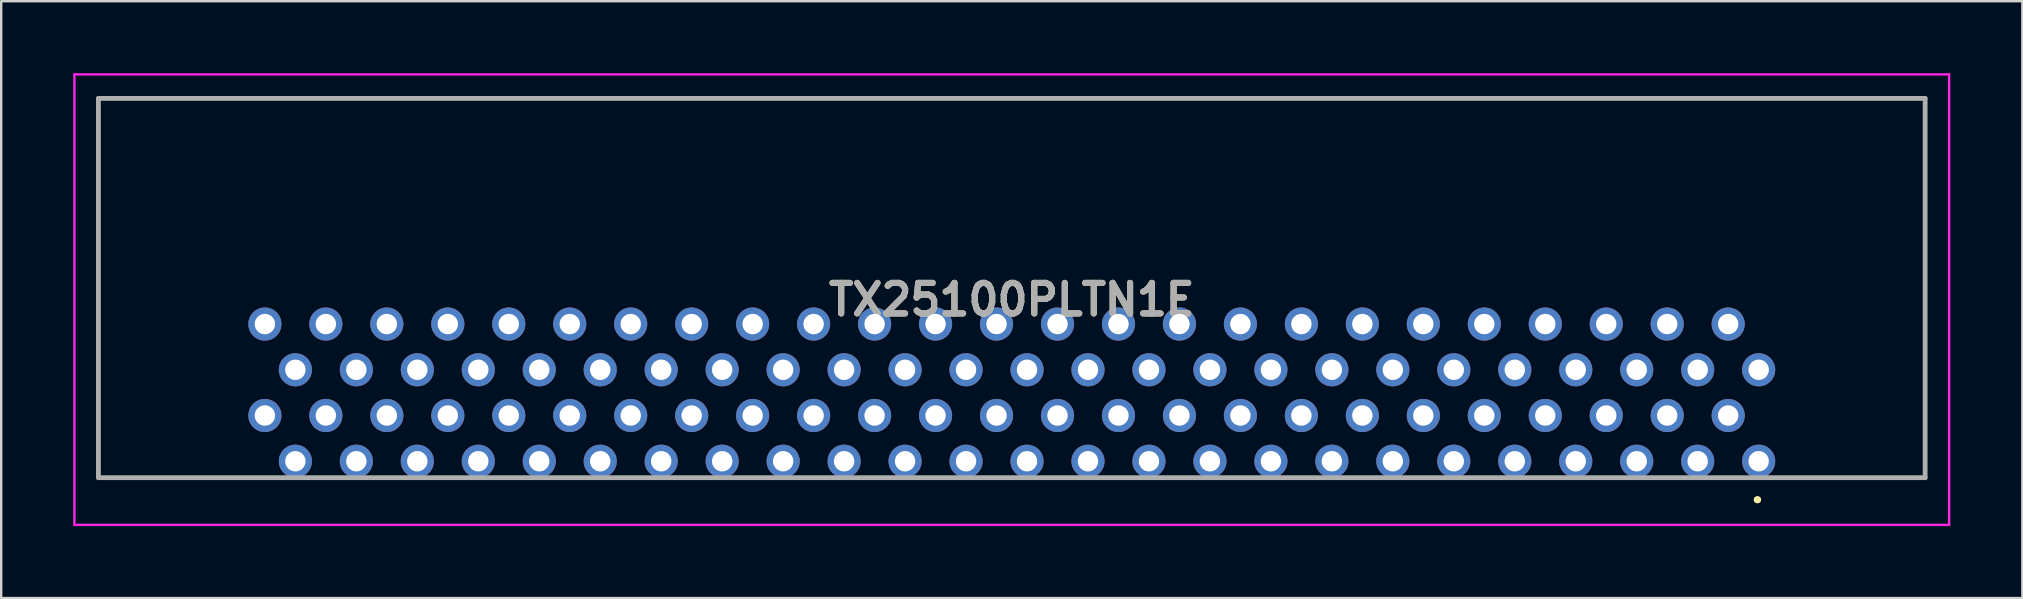
<source format=kicad_pcb>
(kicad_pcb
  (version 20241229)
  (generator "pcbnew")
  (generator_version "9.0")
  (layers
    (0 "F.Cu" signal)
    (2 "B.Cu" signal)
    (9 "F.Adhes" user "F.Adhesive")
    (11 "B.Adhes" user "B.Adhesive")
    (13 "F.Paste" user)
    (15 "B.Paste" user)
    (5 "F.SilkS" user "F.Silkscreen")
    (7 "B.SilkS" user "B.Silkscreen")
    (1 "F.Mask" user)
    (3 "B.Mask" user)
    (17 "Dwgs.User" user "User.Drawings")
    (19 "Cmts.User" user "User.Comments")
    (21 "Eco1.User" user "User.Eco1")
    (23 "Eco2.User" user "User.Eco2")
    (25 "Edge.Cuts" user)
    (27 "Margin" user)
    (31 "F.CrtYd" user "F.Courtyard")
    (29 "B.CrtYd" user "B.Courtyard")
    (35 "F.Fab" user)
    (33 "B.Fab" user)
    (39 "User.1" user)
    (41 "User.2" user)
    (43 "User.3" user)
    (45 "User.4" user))
  (footprint "TX25100PLTN1E"
    (layer "F.Cu")
    (at 70.215 16.165)
    (property "Reference" "TX25100PLTN1E" (at -31.115 -6.733 0) (layer "F.SilkS") (effects (font (size 1.27 1.27) (thickness 0.254))))
    (attr through_hole)
    (fp_line (start -69.165 -15.115) (end -69.165 -15.115) (stroke (width 0.1) (type solid)) (layer "F.SilkS"))
    (fp_line (start -69.165 -15.115) (end -69.165 -15.115) (stroke (width 0.1) (type solid)) (layer "F.SilkS"))
    (fp_line (start -69.165 -15.115) (end -69.165 0.685) (stroke (width 0.1) (type solid)) (layer "F.SilkS"))
    (fp_line (start -69.165 -15.115) (end 6.935 -15.115) (stroke (width 0.1) (type solid)) (layer "F.SilkS"))
    (fp_line (start -69.165 0.685) (end -69.165 -15.115) (stroke (width 0.1) (type solid)) (layer "F.SilkS"))
    (fp_line (start -69.165 0.685) (end -69.165 0.685) (stroke (width 0.1) (type solid)) (layer "F.SilkS"))
    (fp_line (start -69.165 0.685) (end -69.165 0.685) (stroke (width 0.1) (type solid)) (layer "F.SilkS"))
    (fp_line (start -69.165 0.685) (end -63.75 0.685) (stroke (width 0.1) (type solid)) (layer "F.SilkS"))
    (fp_line (start -63.75 0.685) (end -69.165 0.685) (stroke (width 0.1) (type solid)) (layer "F.SilkS"))
    (fp_line (start -63.75 0.685) (end -63.75 0.685) (stroke (width 0.1) (type solid)) (layer "F.SilkS"))
    (fp_line (start -0.1 1.6) (end -0.1 1.6) (stroke (width 0.2) (type solid)) (layer "F.SilkS"))
    (fp_line (start -0.1 1.6) (end -0.1 1.6) (stroke (width 0.2) (type solid)) (layer "F.SilkS"))
    (fp_line (start 0 1.6) (end 0 1.6) (stroke (width 0.2) (type solid)) (layer "F.SilkS"))
    (fp_line (start 1.75 0.685) (end 1.75 0.685) (stroke (width 0.1) (type solid)) (layer "F.SilkS"))
    (fp_line (start 1.75 0.685) (end 6.935 0.685) (stroke (width 0.1) (type solid)) (layer "F.SilkS"))
    (fp_line (start 6.935 -15.115) (end -69.165 -15.115) (stroke (width 0.1) (type solid)) (layer "F.SilkS"))
    (fp_line (start 6.935 -15.115) (end 6.935 -15.115) (stroke (width 0.1) (type solid)) (layer "F.SilkS"))
    (fp_line (start 6.935 -15.115) (end 6.935 -15.115) (stroke (width 0.1) (type solid)) (layer "F.SilkS"))
    (fp_line (start 6.935 -15.115) (end 6.935 0.685) (stroke (width 0.1) (type solid)) (layer "F.SilkS"))
    (fp_line (start 6.935 0.685) (end 1.75 0.685) (stroke (width 0.1) (type solid)) (layer "F.SilkS"))
    (fp_line (start 6.935 0.685) (end 6.935 -15.115) (stroke (width 0.1) (type solid)) (layer "F.SilkS"))
    (fp_line (start 6.935 0.685) (end 6.935 0.685) (stroke (width 0.1) (type solid)) (layer "F.SilkS"))
    (fp_line (start 6.935 0.685) (end 6.935 0.685) (stroke (width 0.1) (type solid)) (layer "F.SilkS"))
    (fp_arc (start -0.1 1.6) (mid -0.05 1.55) (end 0 1.6) (stroke (width 0.2) (type solid)) (layer "F.SilkS"))
    (fp_arc (start 0 1.6) (mid -0.05 1.65) (end -0.1 1.6) (stroke (width 0.2) (type solid)) (layer "F.SilkS"))
    (fp_arc (start 0 1.6) (mid -0.05 1.65) (end -0.1 1.6) (stroke (width 0.2) (type solid)) (layer "F.SilkS"))
    (fp_line (start -70.165 -16.115) (end 7.935 -16.115) (stroke (width 0.1) (type solid)) (layer "F.CrtYd"))
    (fp_line (start -70.165 2.65) (end -70.165 -16.115) (stroke (width 0.1) (type solid)) (layer "F.CrtYd"))
    (fp_line (start 7.935 -16.115) (end 7.935 2.65) (stroke (width 0.1) (type solid)) (layer "F.CrtYd"))
    (fp_line (start 7.935 2.65) (end -70.165 2.65) (stroke (width 0.1) (type solid)) (layer "F.CrtYd"))
    (fp_line (start -69.165 -15.115) (end -69.165 0.685) (stroke (width 0.2) (type solid)) (layer "F.Fab"))
    (fp_line (start -69.165 0.685) (end 6.935 0.685) (stroke (width 0.2) (type solid)) (layer "F.Fab"))
    (fp_line (start 6.935 -15.115) (end -69.165 -15.115) (stroke (width 0.2) (type solid)) (layer "F.Fab"))
    (fp_line (start 6.935 0.685) (end 6.935 -15.115) (stroke (width 0.2) (type solid)) (layer "F.Fab"))
    (fp_text user "${REFERENCE}" (at -31.115 -6.733 0) (layer "F.Fab") (effects (font (size 1.27 1.27) (thickness 0.254))))
    (pad "1" thru_hole circle (at 0 0) (size 1.381 1.381) (drill 0.85) (layers "*.Cu" "*.Mask"))
    (pad "2" thru_hole circle (at -1.27 -1.905) (size 1.381 1.381) (drill 0.85) (layers "*.Cu" "*.Mask"))
    (pad "3" thru_hole circle (at -2.54 0) (size 1.381 1.381) (drill 0.85) (layers "*.Cu" "*.Mask"))
    (pad "4" thru_hole circle (at -3.81 -1.905) (size 1.381 1.381) (drill 0.85) (layers "*.Cu" "*.Mask"))
    (pad "5" thru_hole circle (at -5.08 0) (size 1.381 1.381) (drill 0.85) (layers "*.Cu" "*.Mask"))
    (pad "6" thru_hole circle (at -6.35 -1.905) (size 1.381 1.381) (drill 0.85) (layers "*.Cu" "*.Mask"))
    (pad "7" thru_hole circle (at -7.62 0) (size 1.381 1.381) (drill 0.85) (layers "*.Cu" "*.Mask"))
    (pad "8" thru_hole circle (at -8.89 -1.905) (size 1.381 1.381) (drill 0.85) (layers "*.Cu" "*.Mask"))
    (pad "9" thru_hole circle (at -10.16 0) (size 1.381 1.381) (drill 0.85) (layers "*.Cu" "*.Mask"))
    (pad "10" thru_hole circle (at -11.43 -1.905) (size 1.381 1.381) (drill 0.85) (layers "*.Cu" "*.Mask"))
    (pad "11" thru_hole circle (at -12.7 0) (size 1.381 1.381) (drill 0.85) (layers "*.Cu" "*.Mask"))
    (pad "12" thru_hole circle (at -13.97 -1.905) (size 1.381 1.381) (drill 0.85) (layers "*.Cu" "*.Mask"))
    (pad "13" thru_hole circle (at -15.24 0) (size 1.381 1.381) (drill 0.85) (layers "*.Cu" "*.Mask"))
    (pad "14" thru_hole circle (at -16.51 -1.905) (size 1.381 1.381) (drill 0.85) (layers "*.Cu" "*.Mask"))
    (pad "15" thru_hole circle (at -17.78 0) (size 1.381 1.381) (drill 0.85) (layers "*.Cu" "*.Mask"))
    (pad "16" thru_hole circle (at -19.05 -1.905) (size 1.381 1.381) (drill 0.85) (layers "*.Cu" "*.Mask"))
    (pad "17" thru_hole circle (at -20.32 0) (size 1.381 1.381) (drill 0.85) (layers "*.Cu" "*.Mask"))
    (pad "18" thru_hole circle (at -21.59 -1.905) (size 1.381 1.381) (drill 0.85) (layers "*.Cu" "*.Mask"))
    (pad "19" thru_hole circle (at -22.86 0) (size 1.381 1.381) (drill 0.85) (layers "*.Cu" "*.Mask"))
    (pad "20" thru_hole circle (at -24.13 -1.905) (size 1.381 1.381) (drill 0.85) (layers "*.Cu" "*.Mask"))
    (pad "21" thru_hole circle (at -25.4 0) (size 1.381 1.381) (drill 0.85) (layers "*.Cu" "*.Mask"))
    (pad "22" thru_hole circle (at -26.67 -1.905) (size 1.381 1.381) (drill 0.85) (layers "*.Cu" "*.Mask"))
    (pad "23" thru_hole circle (at -27.94 0) (size 1.381 1.381) (drill 0.85) (layers "*.Cu" "*.Mask"))
    (pad "24" thru_hole circle (at -29.21 -1.905) (size 1.381 1.381) (drill 0.85) (layers "*.Cu" "*.Mask"))
    (pad "25" thru_hole circle (at -30.48 0) (size 1.381 1.381) (drill 0.85) (layers "*.Cu" "*.Mask"))
    (pad "26" thru_hole circle (at -31.75 -1.905) (size 1.381 1.381) (drill 0.85) (layers "*.Cu" "*.Mask"))
    (pad "27" thru_hole circle (at -33.02 0) (size 1.381 1.381) (drill 0.85) (layers "*.Cu" "*.Mask"))
    (pad "28" thru_hole circle (at -34.29 -1.905) (size 1.381 1.381) (drill 0.85) (layers "*.Cu" "*.Mask"))
    (pad "29" thru_hole circle (at -35.56 0) (size 1.381 1.381) (drill 0.85) (layers "*.Cu" "*.Mask"))
    (pad "30" thru_hole circle (at -36.83 -1.905) (size 1.381 1.381) (drill 0.85) (layers "*.Cu" "*.Mask"))
    (pad "31" thru_hole circle (at -38.1 0) (size 1.381 1.381) (drill 0.85) (layers "*.Cu" "*.Mask"))
    (pad "32" thru_hole circle (at -39.37 -1.905) (size 1.381 1.381) (drill 0.85) (layers "*.Cu" "*.Mask"))
    (pad "33" thru_hole circle (at -40.64 0) (size 1.381 1.381) (drill 0.85) (layers "*.Cu" "*.Mask"))
    (pad "34" thru_hole circle (at -41.91 -1.905) (size 1.381 1.381) (drill 0.85) (layers "*.Cu" "*.Mask"))
    (pad "35" thru_hole circle (at -43.18 0) (size 1.381 1.381) (drill 0.85) (layers "*.Cu" "*.Mask"))
    (pad "36" thru_hole circle (at -44.45 -1.905) (size 1.381 1.381) (drill 0.85) (layers "*.Cu" "*.Mask"))
    (pad "37" thru_hole circle (at -45.72 0) (size 1.381 1.381) (drill 0.85) (layers "*.Cu" "*.Mask"))
    (pad "38" thru_hole circle (at -46.99 -1.905) (size 1.381 1.381) (drill 0.85) (layers "*.Cu" "*.Mask"))
    (pad "39" thru_hole circle (at -48.26 0) (size 1.381 1.381) (drill 0.85) (layers "*.Cu" "*.Mask"))
    (pad "40" thru_hole circle (at -49.53 -1.905) (size 1.381 1.381) (drill 0.85) (layers "*.Cu" "*.Mask"))
    (pad "41" thru_hole circle (at -50.8 0) (size 1.381 1.381) (drill 0.85) (layers "*.Cu" "*.Mask"))
    (pad "42" thru_hole circle (at -52.07 -1.905) (size 1.381 1.381) (drill 0.85) (layers "*.Cu" "*.Mask"))
    (pad "43" thru_hole circle (at -53.34 0) (size 1.381 1.381) (drill 0.85) (layers "*.Cu" "*.Mask"))
    (pad "44" thru_hole circle (at -54.61 -1.905) (size 1.381 1.381) (drill 0.85) (layers "*.Cu" "*.Mask"))
    (pad "45" thru_hole circle (at -55.88 0) (size 1.381 1.381) (drill 0.85) (layers "*.Cu" "*.Mask"))
    (pad "46" thru_hole circle (at -57.15 -1.905) (size 1.381 1.381) (drill 0.85) (layers "*.Cu" "*.Mask"))
    (pad "47" thru_hole circle (at -58.42 0) (size 1.381 1.381) (drill 0.85) (layers "*.Cu" "*.Mask"))
    (pad "48" thru_hole circle (at -59.69 -1.905) (size 1.381 1.381) (drill 0.85) (layers "*.Cu" "*.Mask"))
    (pad "49" thru_hole circle (at -60.96 0) (size 1.381 1.381) (drill 0.85) (layers "*.Cu" "*.Mask"))
    (pad "50" thru_hole circle (at -62.23 -1.905) (size 1.381 1.381) (drill 0.85) (layers "*.Cu" "*.Mask"))
    (pad "51" thru_hole circle (at 0 -3.81) (size 1.381 1.381) (drill 0.85) (layers "*.Cu" "*.Mask"))
    (pad "52" thru_hole circle (at -1.27 -5.715) (size 1.381 1.381) (drill 0.85) (layers "*.Cu" "*.Mask"))
    (pad "53" thru_hole circle (at -2.54 -3.81) (size 1.381 1.381) (drill 0.85) (layers "*.Cu" "*.Mask"))
    (pad "54" thru_hole circle (at -3.81 -5.715) (size 1.381 1.381) (drill 0.85) (layers "*.Cu" "*.Mask"))
    (pad "55" thru_hole circle (at -5.08 -3.81) (size 1.381 1.381) (drill 0.85) (layers "*.Cu" "*.Mask"))
    (pad "56" thru_hole circle (at -6.35 -5.715) (size 1.381 1.381) (drill 0.85) (layers "*.Cu" "*.Mask"))
    (pad "57" thru_hole circle (at -7.62 -3.81) (size 1.381 1.381) (drill 0.85) (layers "*.Cu" "*.Mask"))
    (pad "58" thru_hole circle (at -8.89 -5.715) (size 1.381 1.381) (drill 0.85) (layers "*.Cu" "*.Mask"))
    (pad "59" thru_hole circle (at -10.16 -3.81) (size 1.381 1.381) (drill 0.85) (layers "*.Cu" "*.Mask"))
    (pad "60" thru_hole circle (at -11.43 -5.715) (size 1.381 1.381) (drill 0.85) (layers "*.Cu" "*.Mask"))
    (pad "61" thru_hole circle (at -12.7 -3.81) (size 1.381 1.381) (drill 0.85) (layers "*.Cu" "*.Mask"))
    (pad "62" thru_hole circle (at -13.97 -5.715) (size 1.381 1.381) (drill 0.85) (layers "*.Cu" "*.Mask"))
    (pad "63" thru_hole circle (at -15.24 -3.81) (size 1.381 1.381) (drill 0.85) (layers "*.Cu" "*.Mask"))
    (pad "64" thru_hole circle (at -16.51 -5.715) (size 1.381 1.381) (drill 0.85) (layers "*.Cu" "*.Mask"))
    (pad "65" thru_hole circle (at -17.78 -3.81) (size 1.381 1.381) (drill 0.85) (layers "*.Cu" "*.Mask"))
    (pad "66" thru_hole circle (at -19.05 -5.715) (size 1.381 1.381) (drill 0.85) (layers "*.Cu" "*.Mask"))
    (pad "67" thru_hole circle (at -20.32 -3.81) (size 1.381 1.381) (drill 0.85) (layers "*.Cu" "*.Mask"))
    (pad "68" thru_hole circle (at -21.59 -5.715) (size 1.381 1.381) (drill 0.85) (layers "*.Cu" "*.Mask"))
    (pad "69" thru_hole circle (at -22.86 -3.81) (size 1.381 1.381) (drill 0.85) (layers "*.Cu" "*.Mask"))
    (pad "70" thru_hole circle (at -24.13 -5.715) (size 1.381 1.381) (drill 0.85) (layers "*.Cu" "*.Mask"))
    (pad "71" thru_hole circle (at -25.4 -3.81) (size 1.381 1.381) (drill 0.85) (layers "*.Cu" "*.Mask"))
    (pad "72" thru_hole circle (at -26.67 -5.715) (size 1.381 1.381) (drill 0.85) (layers "*.Cu" "*.Mask"))
    (pad "73" thru_hole circle (at -27.94 -3.81) (size 1.381 1.381) (drill 0.85) (layers "*.Cu" "*.Mask"))
    (pad "74" thru_hole circle (at -29.21 -5.715) (size 1.381 1.381) (drill 0.85) (layers "*.Cu" "*.Mask"))
    (pad "75" thru_hole circle (at -30.48 -3.81) (size 1.381 1.381) (drill 0.85) (layers "*.Cu" "*.Mask"))
    (pad "76" thru_hole circle (at -31.75 -5.715) (size 1.381 1.381) (drill 0.85) (layers "*.Cu" "*.Mask"))
    (pad "77" thru_hole circle (at -33.02 -3.81) (size 1.381 1.381) (drill 0.85) (layers "*.Cu" "*.Mask"))
    (pad "78" thru_hole circle (at -34.29 -5.715) (size 1.381 1.381) (drill 0.85) (layers "*.Cu" "*.Mask"))
    (pad "79" thru_hole circle (at -35.56 -3.81) (size 1.381 1.381) (drill 0.85) (layers "*.Cu" "*.Mask"))
    (pad "80" thru_hole circle (at -36.83 -5.715) (size 1.381 1.381) (drill 0.85) (layers "*.Cu" "*.Mask"))
    (pad "81" thru_hole circle (at -38.1 -3.81) (size 1.381 1.381) (drill 0.85) (layers "*.Cu" "*.Mask"))
    (pad "82" thru_hole circle (at -39.37 -5.715) (size 1.381 1.381) (drill 0.85) (layers "*.Cu" "*.Mask"))
    (pad "83" thru_hole circle (at -40.64 -3.81) (size 1.381 1.381) (drill 0.85) (layers "*.Cu" "*.Mask"))
    (pad "84" thru_hole circle (at -41.91 -5.715) (size 1.381 1.381) (drill 0.85) (layers "*.Cu" "*.Mask"))
    (pad "85" thru_hole circle (at -43.18 -3.81) (size 1.381 1.381) (drill 0.85) (layers "*.Cu" "*.Mask"))
    (pad "86" thru_hole circle (at -44.45 -5.715) (size 1.381 1.381) (drill 0.85) (layers "*.Cu" "*.Mask"))
    (pad "87" thru_hole circle (at -45.72 -3.81) (size 1.381 1.381) (drill 0.85) (layers "*.Cu" "*.Mask"))
    (pad "88" thru_hole circle (at -46.99 -5.715) (size 1.381 1.381) (drill 0.85) (layers "*.Cu" "*.Mask"))
    (pad "89" thru_hole circle (at -48.26 -3.81) (size 1.381 1.381) (drill 0.85) (layers "*.Cu" "*.Mask"))
    (pad "90" thru_hole circle (at -49.53 -5.715) (size 1.381 1.381) (drill 0.85) (layers "*.Cu" "*.Mask"))
    (pad "91" thru_hole circle (at -50.8 -3.81) (size 1.381 1.381) (drill 0.85) (layers "*.Cu" "*.Mask"))
    (pad "92" thru_hole circle (at -52.07 -5.715) (size 1.381 1.381) (drill 0.85) (layers "*.Cu" "*.Mask"))
    (pad "93" thru_hole circle (at -53.34 -3.81) (size 1.381 1.381) (drill 0.85) (layers "*.Cu" "*.Mask"))
    (pad "94" thru_hole circle (at -54.61 -5.715) (size 1.381 1.381) (drill 0.85) (layers "*.Cu" "*.Mask"))
    (pad "95" thru_hole circle (at -55.88 -3.81) (size 1.381 1.381) (drill 0.85) (layers "*.Cu" "*.Mask"))
    (pad "96" thru_hole circle (at -57.15 -5.715) (size 1.381 1.381) (drill 0.85) (layers "*.Cu" "*.Mask"))
    (pad "97" thru_hole circle (at -58.42 -3.81) (size 1.381 1.381) (drill 0.85) (layers "*.Cu" "*.Mask"))
    (pad "98" thru_hole circle (at -59.69 -5.715) (size 1.381 1.381) (drill 0.85) (layers "*.Cu" "*.Mask"))
    (pad "99" thru_hole circle (at -60.96 -3.81) (size 1.381 1.381) (drill 0.85) (layers "*.Cu" "*.Mask"))
    (pad "100" thru_hole circle (at -62.23 -5.715) (size 1.381 1.381) (drill 0.85) (layers "*.Cu" "*.Mask")))
  (gr_rect
    (start -3 -3)
    (end 81.2 21.865)
    (stroke (width 0.1) (type default))
    (fill no)
    (layer "Edge.Cuts")))
</source>
